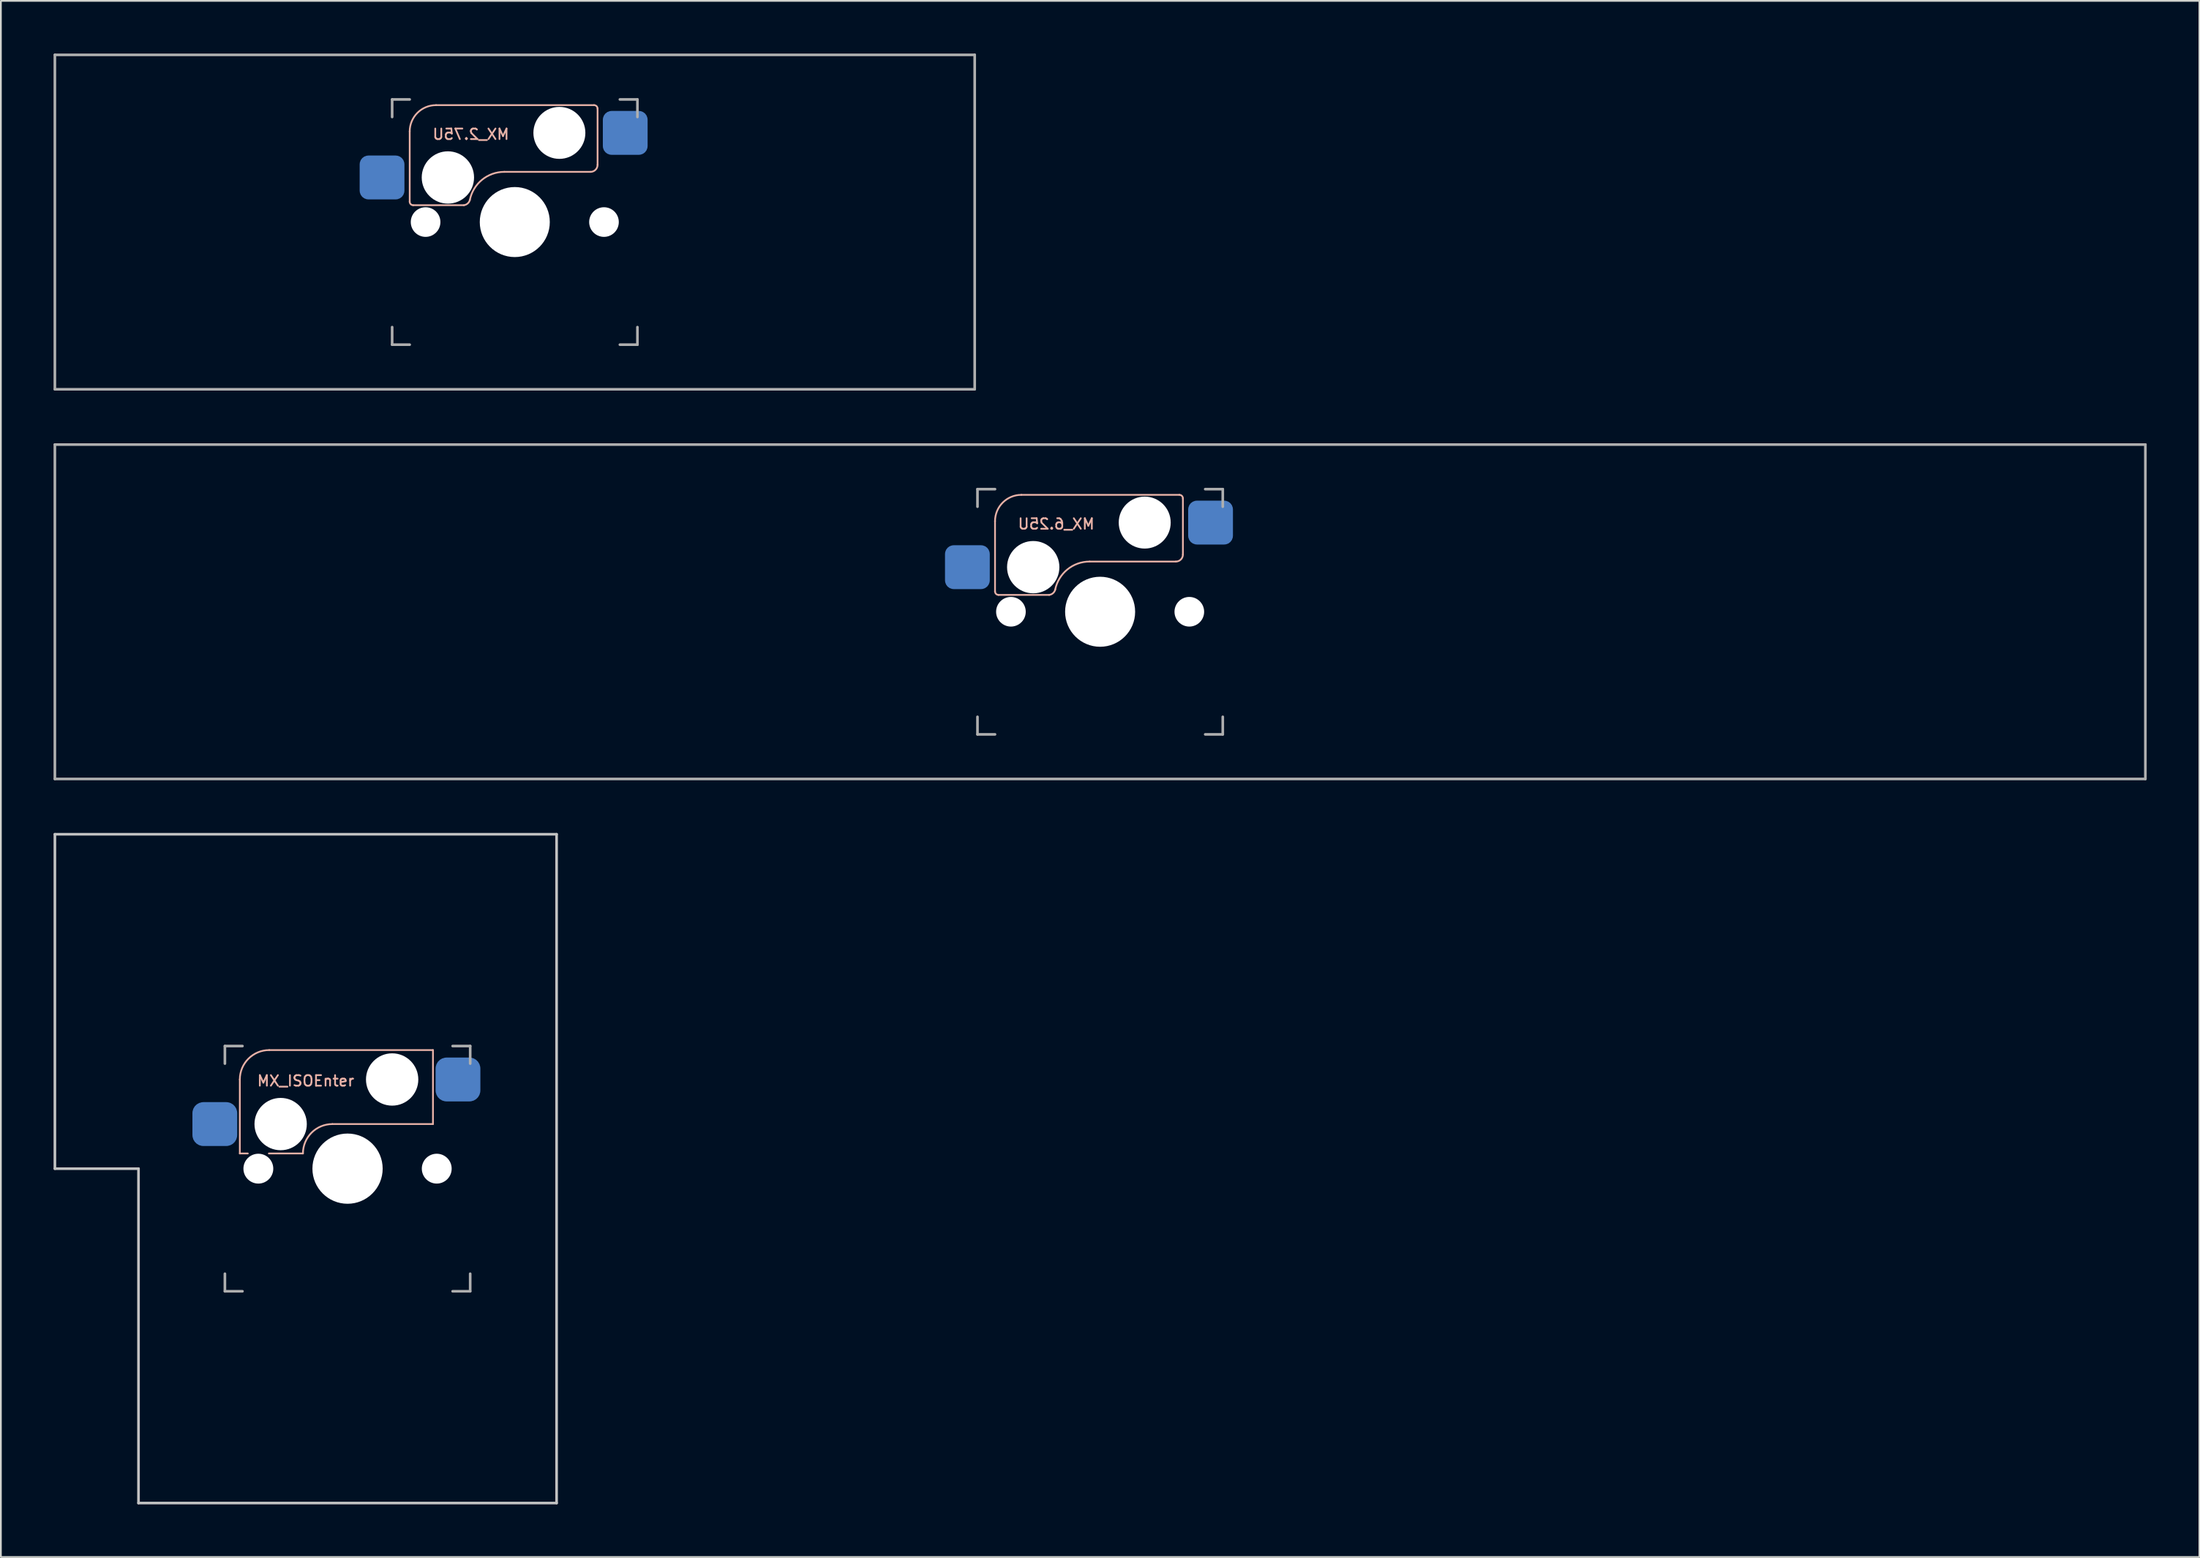
<source format=kicad_pcb>
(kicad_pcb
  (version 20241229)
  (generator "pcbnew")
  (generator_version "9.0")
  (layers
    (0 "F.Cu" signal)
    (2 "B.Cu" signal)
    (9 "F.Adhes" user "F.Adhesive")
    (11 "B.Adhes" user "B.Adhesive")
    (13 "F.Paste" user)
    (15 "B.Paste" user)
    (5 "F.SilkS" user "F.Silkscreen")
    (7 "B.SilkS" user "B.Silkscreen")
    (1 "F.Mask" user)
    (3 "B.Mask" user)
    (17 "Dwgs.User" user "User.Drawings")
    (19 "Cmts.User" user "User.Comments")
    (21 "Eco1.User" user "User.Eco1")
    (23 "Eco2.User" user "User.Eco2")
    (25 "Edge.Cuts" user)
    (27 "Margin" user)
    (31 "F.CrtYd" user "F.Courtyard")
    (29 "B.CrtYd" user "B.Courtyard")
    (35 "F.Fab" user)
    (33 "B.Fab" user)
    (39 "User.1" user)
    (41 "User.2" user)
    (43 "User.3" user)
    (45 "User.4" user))
  (footprint "MX_6.25U"
    (layer "F.Cu")
    (at 59.606 31.8)
    (property "Reference" "MX_6.25U" (at -2.5 -5 0) (layer "B.SilkS") (effects (font (size 0.6 0.6) (thickness 0.1)) (justify mirror)))
    (attr smd)
    (fp_line (start -5.985 -5.16) (end -5.985 -1.16) (stroke (width 0.1) (type solid)) (layer "B.SilkS"))
    (fp_line (start -5.785 -0.96) (end -2.9 -0.96) (stroke (width 0.1) (type solid)) (layer "B.SilkS"))
    (fp_line (start -4.485 -6.66) (end 4.515 -6.66) (stroke (width 0.1) (type solid)) (layer "B.SilkS"))
    (fp_line (start 4.315 -2.86) (end -0.6 -2.86) (stroke (width 0.1) (type solid)) (layer "B.SilkS"))
    (fp_line (start 4.715 -6.46) (end 4.715 -3.26) (stroke (width 0.1) (type solid)) (layer "B.SilkS"))
    (fp_arc (start -5.985 -5.16) (mid -5.54566 -6.22066) (end -4.485 -6.66) (stroke (width 0.1) (type solid)) (layer "B.SilkS"))
    (fp_arc (start -5.785 -0.96) (mid -5.926421 -1.018579) (end -5.985 -1.16) (stroke (width 0.1) (type solid)) (layer "B.SilkS"))
    (fp_arc (start -2.558575 -1.264949) (mid -1.862953 -2.41079) (end -0.6 -2.86) (stroke (width 0.1) (type solid)) (layer "B.SilkS"))
    (fp_arc (start -2.557532 -1.264687) (mid -2.681837 -1.059595) (end -2.9 -0.96) (stroke (width 0.1) (type solid)) (layer "B.SilkS"))
    (fp_arc (start 4.515 -6.66) (mid 4.656421 -6.601421) (end 4.715 -6.46) (stroke (width 0.1) (type solid)) (layer "B.SilkS"))
    (fp_arc (start 4.715 -3.26) (mid 4.597843 -2.977157) (end 4.315 -2.86) (stroke (width 0.1) (type solid)) (layer "B.SilkS"))
    (fp_line (start -6.985 6.985) (end -6.985 -6.985) (stroke (width 0.15) (type solid)) (layer "Eco2.User"))
    (fp_line (start -6.985 6.985) (end 6.985 6.985) (stroke (width 0.15) (type solid)) (layer "Eco2.User"))
    (fp_line (start 6.985 -6.985) (end -6.985 -6.985) (stroke (width 0.15) (type solid)) (layer "Eco2.User"))
    (fp_line (start 6.985 -6.985) (end 6.985 6.985) (stroke (width 0.15) (type solid)) (layer "Eco2.User"))
    (fp_line (start -59.531 -9.525) (end 59.531 -9.525) (stroke (width 0.15) (type solid)) (layer "F.Fab"))
    (fp_line (start -59.531 9.525) (end -59.531 -9.525) (stroke (width 0.15) (type solid)) (layer "F.Fab"))
    (fp_line (start -6.985 -5.985) (end -6.985 -6.985) (stroke (width 0.15) (type solid)) (layer "F.Fab"))
    (fp_line (start -6.985 6.985) (end -6.985 5.985) (stroke (width 0.15) (type solid)) (layer "F.Fab"))
    (fp_line (start -6.985 6.985) (end -5.985 6.985) (stroke (width 0.15) (type solid)) (layer "F.Fab"))
    (fp_line (start -5.985 -6.985) (end -6.985 -6.985) (stroke (width 0.15) (type solid)) (layer "F.Fab"))
    (fp_line (start 5.985 6.985) (end 6.985 6.985) (stroke (width 0.15) (type solid)) (layer "F.Fab"))
    (fp_line (start 6.985 -6.985) (end 5.985 -6.985) (stroke (width 0.15) (type solid)) (layer "F.Fab"))
    (fp_line (start 6.985 -6.985) (end 6.985 -5.985) (stroke (width 0.15) (type solid)) (layer "F.Fab"))
    (fp_line (start 6.985 5.985) (end 6.985 6.985) (stroke (width 0.15) (type solid)) (layer "F.Fab"))
    (fp_line (start 59.531 -9.525) (end 59.531 9.525) (stroke (width 0.15) (type solid)) (layer "F.Fab"))
    (fp_line (start 59.531 9.525) (end -59.531 9.525) (stroke (width 0.15) (type solid)) (layer "F.Fab"))
    (pad "" np_thru_hole circle (at -5.08 0) (size 1.688 1.688) (drill 1.688) (layers "*.Cu" "*.Mask"))
    (pad "" np_thru_hole circle (at -3.81 -2.54) (size 2.98 2.98) (drill 2.98) (layers "*.Cu" "*.Mask"))
    (pad "" np_thru_hole circle (at 0 0) (size 3.988 3.988) (drill 3.988) (layers "*.Cu" "*.Mask"))
    (pad "" np_thru_hole circle (at 2.54 -5.08) (size 2.96 2.96) (drill 2.96) (layers "*.Cu" "*.Mask"))
    (pad "" np_thru_hole circle (at 5.08 0) (size 1.688 1.688) (drill 1.688) (layers "*.Cu" "*.Mask"))
    (pad "1" smd roundrect (at 6.29 -5.08) (size 2.55 2.5) (layers "B.Cu" "B.Mask" "B.Paste") (roundrect_rratio 0.2))
    (pad "2" smd roundrect (at -7.56 -2.54) (size 2.55 2.5) (layers "B.Cu" "B.Mask" "B.Paste") (roundrect_rratio 0.2)))
  (footprint "MX_ISOEnter"
    (layer "F.Cu")
    (at 14.363 63.525)
    (property "Reference" "MX_ISOEnter" (at 0 -5 0) (layer "B.SilkS") (effects (font (size 0.6 0.6) (thickness 0.1))))
    (attr through_hole)
    (fp_line (start -3.754 -5.08) (end -3.754 -0.865) (stroke (width 0.1) (type solid)) (layer "B.SilkS"))
    (fp_line (start -3.754 -0.865) (end -3.3 -0.865) (stroke (width 0.1) (type solid)) (layer "B.SilkS"))
    (fp_line (start -2.1 -0.865) (end -0.159 -0.865) (stroke (width 0.1) (type solid)) (layer "B.SilkS"))
    (fp_line (start -2.079 -6.755) (end 7.246 -6.755) (stroke (width 0.1) (type solid)) (layer "B.SilkS"))
    (fp_line (start 1.516 -2.54) (end 7.246 -2.54) (stroke (width 0.1) (type solid)) (layer "B.SilkS"))
    (fp_line (start 7.246 -6.755) (end 7.246 -2.54) (stroke (width 0.1) (type solid)) (layer "B.SilkS"))
    (fp_arc (start -3.75375 -5.08) (mid -3.263154 -6.264404) (end -2.07875 -6.755) (stroke (width 0.1) (type solid)) (layer "B.SilkS"))
    (fp_arc (start -0.15875 -0.865) (mid 0.331846 -2.049404) (end 1.51625 -2.54) (stroke (width 0.1) (type solid)) (layer "B.SilkS"))
    (fp_line (start -14.287 -19.05) (end 14.287 -19.05) (stroke (width 0.15) (type solid)) (layer "Dwgs.User"))
    (fp_line (start -14.287 0) (end -14.287 -19.05) (stroke (width 0.15) (type solid)) (layer "Dwgs.User"))
    (fp_line (start -9.525 0) (end -14.287 0) (stroke (width 0.15) (type solid)) (layer "Dwgs.User"))
    (fp_line (start -9.525 19.05) (end -9.525 0) (stroke (width 0.15) (type solid)) (layer "Dwgs.User"))
    (fp_line (start 14.287 -19.05) (end 14.287 19.05) (stroke (width 0.15) (type solid)) (layer "Dwgs.User"))
    (fp_line (start 14.287 19.05) (end -9.525 19.05) (stroke (width 0.15) (type solid)) (layer "Dwgs.User"))
    (fp_line (start -4.604 6.985) (end -4.604 -6.985) (stroke (width 0.15) (type solid)) (layer "Eco2.User"))
    (fp_line (start -4.604 6.985) (end 9.366 6.985) (stroke (width 0.15) (type solid)) (layer "Eco2.User"))
    (fp_line (start 9.366 -6.985) (end -4.604 -6.985) (stroke (width 0.15) (type solid)) (layer "Eco2.User"))
    (fp_line (start 9.366 -6.985) (end 9.366 6.985) (stroke (width 0.15) (type solid)) (layer "Eco2.User"))
    (fp_line (start -4.604 -5.985) (end -4.604 -6.985) (stroke (width 0.15) (type solid)) (layer "F.Fab"))
    (fp_line (start -4.604 6.985) (end -4.604 5.985) (stroke (width 0.15) (type solid)) (layer "F.Fab"))
    (fp_line (start -4.604 6.985) (end -3.604 6.985) (stroke (width 0.15) (type solid)) (layer "F.Fab"))
    (fp_line (start -3.604 -6.985) (end -4.604 -6.985) (stroke (width 0.15) (type solid)) (layer "F.Fab"))
    (fp_line (start 8.366 6.985) (end 9.366 6.985) (stroke (width 0.15) (type solid)) (layer "F.Fab"))
    (fp_line (start 9.366 -6.985) (end 8.366 -6.985) (stroke (width 0.15) (type solid)) (layer "F.Fab"))
    (fp_line (start 9.366 -6.985) (end 9.366 -5.985) (stroke (width 0.15) (type solid)) (layer "F.Fab"))
    (fp_line (start 9.366 5.985) (end 9.366 6.985) (stroke (width 0.15) (type solid)) (layer "F.Fab"))
    (pad "" np_thru_hole circle (at -2.699 0) (size 1.7 1.7) (drill 1.7) (layers "*.Cu" "*.Mask"))
    (pad "" np_thru_hole circle (at -1.429 -2.54) (size 2.98 2.98) (drill 2.98) (layers "*.Cu" "*.Mask"))
    (pad "" np_thru_hole circle (at 2.381 0) (size 4 4) (drill 4) (layers "*.Cu" "*.Mask"))
    (pad "" np_thru_hole circle (at 4.921 -5.08) (size 2.98 2.98) (drill 2.98) (layers "*.Cu" "*.Mask"))
    (pad "" np_thru_hole circle (at 7.461 0) (size 1.7 1.7) (drill 1.7) (layers "*.Cu" "*.Mask"))
    (pad "1" smd roundrect (at 8.671 -5.08) (size 2.55 2.5) (layers "B.Cu" "B.Mask" "B.Paste") (roundrect_rratio 0.25))
    (pad "2" smd roundrect (at -5.179 -2.54) (size 2.55 2.5) (layers "B.Cu" "B.Mask" "B.Paste") (roundrect_rratio 0.25)))
  (footprint "MX_2.75U"
    (layer "F.Cu")
    (at 26.269 9.6)
    (property "Reference" "MX_2.75U" (at -2.5 -5 0) (layer "B.SilkS") (effects (font (size 0.6 0.6) (thickness 0.1)) (justify mirror)))
    (attr smd)
    (fp_line (start -5.985 -5.16) (end -5.985 -1.16) (stroke (width 0.1) (type solid)) (layer "B.SilkS"))
    (fp_line (start -5.785 -0.96) (end -2.9 -0.96) (stroke (width 0.1) (type solid)) (layer "B.SilkS"))
    (fp_line (start -4.485 -6.66) (end 4.515 -6.66) (stroke (width 0.1) (type solid)) (layer "B.SilkS"))
    (fp_line (start 4.315 -2.86) (end -0.6 -2.86) (stroke (width 0.1) (type solid)) (layer "B.SilkS"))
    (fp_line (start 4.715 -6.46) (end 4.715 -3.26) (stroke (width 0.1) (type solid)) (layer "B.SilkS"))
    (fp_arc (start -5.985 -5.16) (mid -5.54566 -6.22066) (end -4.485 -6.66) (stroke (width 0.1) (type solid)) (layer "B.SilkS"))
    (fp_arc (start -5.785 -0.96) (mid -5.926421 -1.018579) (end -5.985 -1.16) (stroke (width 0.1) (type solid)) (layer "B.SilkS"))
    (fp_arc (start -2.558575 -1.264949) (mid -1.862953 -2.41079) (end -0.6 -2.86) (stroke (width 0.1) (type solid)) (layer "B.SilkS"))
    (fp_arc (start -2.557532 -1.264687) (mid -2.681837 -1.059595) (end -2.9 -0.96) (stroke (width 0.1) (type solid)) (layer "B.SilkS"))
    (fp_arc (start 4.515 -6.66) (mid 4.656421 -6.601421) (end 4.715 -6.46) (stroke (width 0.1) (type solid)) (layer "B.SilkS"))
    (fp_arc (start 4.715 -3.26) (mid 4.597843 -2.977157) (end 4.315 -2.86) (stroke (width 0.1) (type solid)) (layer "B.SilkS"))
    (fp_line (start -6.985 6.985) (end -6.985 -6.985) (stroke (width 0.15) (type solid)) (layer "Eco2.User"))
    (fp_line (start -6.985 6.985) (end 6.985 6.985) (stroke (width 0.15) (type solid)) (layer "Eco2.User"))
    (fp_line (start 6.985 -6.985) (end -6.985 -6.985) (stroke (width 0.15) (type solid)) (layer "Eco2.User"))
    (fp_line (start 6.985 -6.985) (end 6.985 6.985) (stroke (width 0.15) (type solid)) (layer "Eco2.User"))
    (fp_line (start -26.194 -9.525) (end 26.194 -9.525) (stroke (width 0.15) (type solid)) (layer "F.Fab"))
    (fp_line (start -26.194 9.525) (end -26.194 -9.525) (stroke (width 0.15) (type solid)) (layer "F.Fab"))
    (fp_line (start -6.985 -5.985) (end -6.985 -6.985) (stroke (width 0.15) (type solid)) (layer "F.Fab"))
    (fp_line (start -6.985 6.985) (end -6.985 5.985) (stroke (width 0.15) (type solid)) (layer "F.Fab"))
    (fp_line (start -6.985 6.985) (end -5.985 6.985) (stroke (width 0.15) (type solid)) (layer "F.Fab"))
    (fp_line (start -5.985 -6.985) (end -6.985 -6.985) (stroke (width 0.15) (type solid)) (layer "F.Fab"))
    (fp_line (start 5.985 6.985) (end 6.985 6.985) (stroke (width 0.15) (type solid)) (layer "F.Fab"))
    (fp_line (start 6.985 -6.985) (end 5.985 -6.985) (stroke (width 0.15) (type solid)) (layer "F.Fab"))
    (fp_line (start 6.985 -6.985) (end 6.985 -5.985) (stroke (width 0.15) (type solid)) (layer "F.Fab"))
    (fp_line (start 6.985 5.985) (end 6.985 6.985) (stroke (width 0.15) (type solid)) (layer "F.Fab"))
    (fp_line (start 26.194 -9.525) (end 26.194 9.525) (stroke (width 0.15) (type solid)) (layer "F.Fab"))
    (fp_line (start 26.194 9.525) (end -26.194 9.525) (stroke (width 0.15) (type solid)) (layer "F.Fab"))
    (pad "" np_thru_hole circle (at -5.08 0) (size 1.688 1.688) (drill 1.688) (layers "*.Cu" "*.Mask"))
    (pad "" np_thru_hole circle (at -3.81 -2.54) (size 2.98 2.98) (drill 2.98) (layers "*.Cu" "*.Mask"))
    (pad "" np_thru_hole circle (at 0 0) (size 3.988 3.988) (drill 3.988) (layers "*.Cu" "*.Mask"))
    (pad "" np_thru_hole circle (at 2.54 -5.08) (size 2.96 2.96) (drill 2.96) (layers "*.Cu" "*.Mask"))
    (pad "" np_thru_hole circle (at 5.08 0) (size 1.688 1.688) (drill 1.688) (layers "*.Cu" "*.Mask"))
    (pad "1" smd roundrect (at 6.29 -5.08) (size 2.55 2.5) (layers "B.Cu" "B.Mask" "B.Paste") (roundrect_rratio 0.2))
    (pad "2" smd roundrect (at -7.56 -2.54) (size 2.55 2.5) (layers "B.Cu" "B.Mask" "B.Paste") (roundrect_rratio 0.2)))
  (gr_rect
    (start -3 -3)
    (end 122.213 85.65)
    (stroke (width 0.1) (type default))
    (fill no)
    (layer "Edge.Cuts")))
</source>
